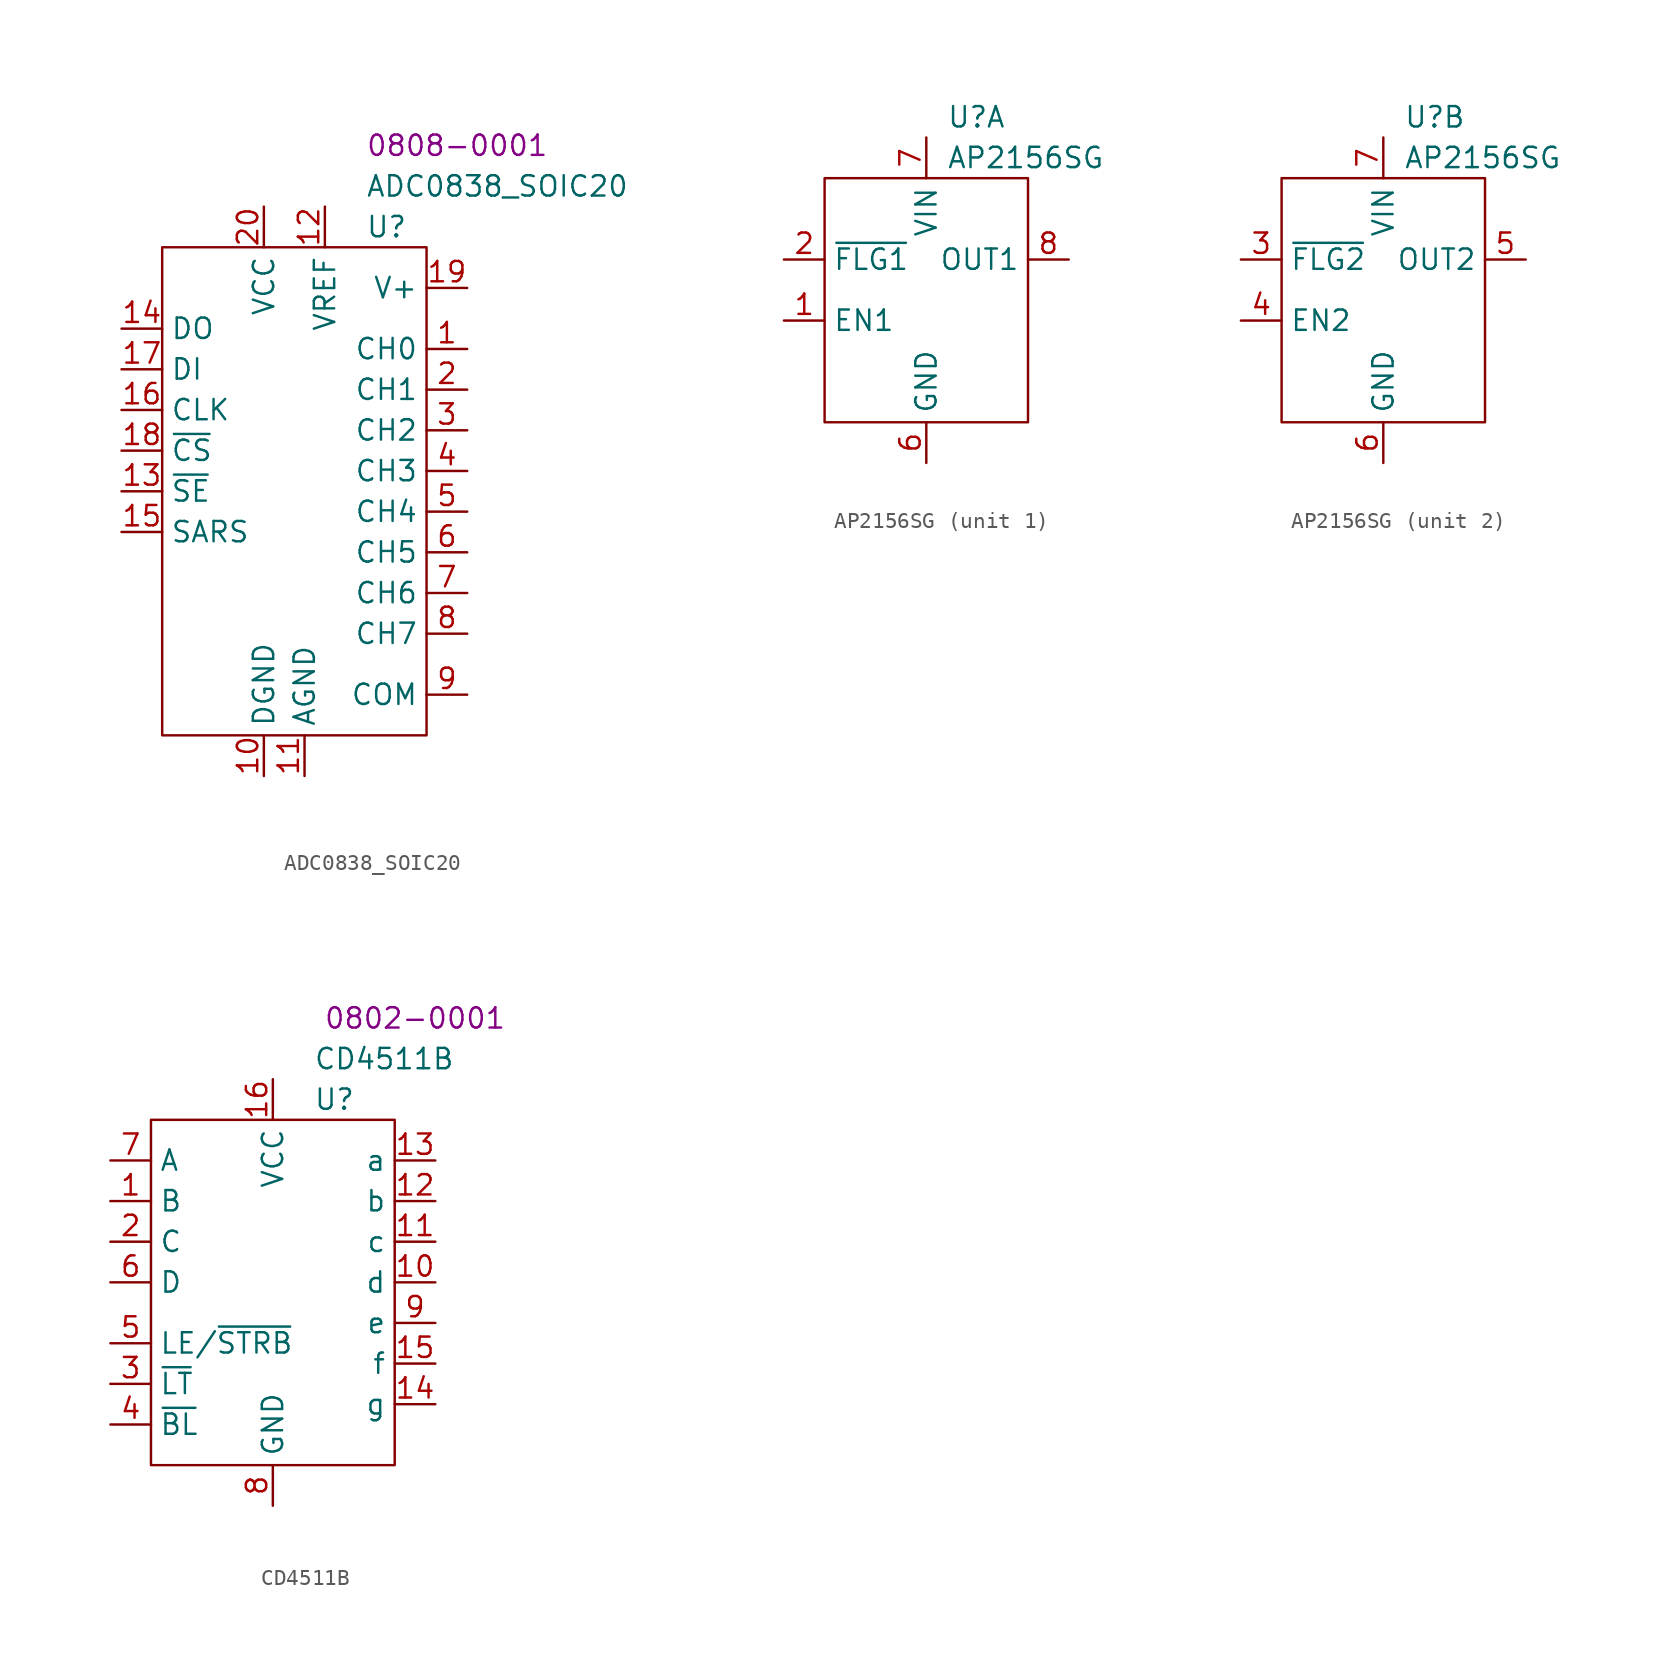
<source format=kicad_sym>
(kicad_symbol_lib
  (version 20220914)
  (generator kicad_symbol_editor)
  (symbol "ADC0838_SOIC20"
    (property "Reference" "U"
      (at 12.7 1.27 0)
      (effects (font (size 1.27 1.27)) (justify left)))
    (property "Value" "ADC0838_SOIC20"
      (at 12.7 3.81 0)
      (effects (font (size 1.27 1.27)) (justify left)))
    (property "PartNumber" "0808-0001"
      (at 12.7 6.35 0)
      (effects (font (size 1.27 1.27)) (justify left)))
    (symbol "ADC0838_SOIC20_0_0"
      (pin input line (at 19.05 -6.35 180) (length 2.54) (name "CH0" (effects (font (size 1.27 1.27)))) (number "1" (effects (font (size 1.27 1.27)))))
      (pin power_in line (at 6.35 -33.02 90) (length 2.54) (name "DGND" (effects (font (size 1.27 1.27)))) (number "10" (effects (font (size 1.27 1.27)))))
      (pin power_in line (at 8.89 -33.02 90) (length 2.54) (name "AGND" (effects (font (size 1.27 1.27)))) (number "11" (effects (font (size 1.27 1.27)))))
      (pin input line (at 10.16 2.54 270) (length 2.54) (name "VREF" (effects (font (size 1.27 1.27)))) (number "12" (effects (font (size 1.27 1.27)))))
      (pin input line (at -2.54 -15.24 0) (length 2.54) (name "~{SE}" (effects (font (size 1.27 1.27)))) (number "13" (effects (font (size 1.27 1.27)))))
      (pin output line (at -2.54 -5.08 0) (length 2.54) (name "DO" (effects (font (size 1.27 1.27)))) (number "14" (effects (font (size 1.27 1.27)))))
      (pin output line (at -2.54 -17.78 0) (length 2.54) (name "SARS" (effects (font (size 1.27 1.27)))) (number "15" (effects (font (size 1.27 1.27)))))
      (pin input line (at -2.54 -10.16 0) (length 2.54) (name "CLK" (effects (font (size 1.27 1.27)))) (number "16" (effects (font (size 1.27 1.27)))))
      (pin input line (at -2.54 -7.62 0) (length 2.54) (name "DI" (effects (font (size 1.27 1.27)))) (number "17" (effects (font (size 1.27 1.27)))))
      (pin input line (at -2.54 -12.7 0) (length 2.54) (name "~{CS}" (effects (font (size 1.27 1.27)))) (number "18" (effects (font (size 1.27 1.27)))))
      (pin power_out line (at 19.05 -2.54 180) (length 2.54) (name "V+" (effects (font (size 1.27 1.27)))) (number "19" (effects (font (size 1.27 1.27)))))
      (pin input line (at 19.05 -8.89 180) (length 2.54) (name "CH1" (effects (font (size 1.27 1.27)))) (number "2" (effects (font (size 1.27 1.27)))))
      (pin power_in line (at 6.35 2.54 270) (length 2.54) (name "VCC" (effects (font (size 1.27 1.27)))) (number "20" (effects (font (size 1.27 1.27)))))
      (pin input line (at 19.05 -11.43 180) (length 2.54) (name "CH2" (effects (font (size 1.27 1.27)))) (number "3" (effects (font (size 1.27 1.27)))))
      (pin input line (at 19.05 -13.97 180) (length 2.54) (name "CH3" (effects (font (size 1.27 1.27)))) (number "4" (effects (font (size 1.27 1.27)))))
      (pin input line (at 19.05 -16.51 180) (length 2.54) (name "CH4" (effects (font (size 1.27 1.27)))) (number "5" (effects (font (size 1.27 1.27)))))
      (pin input line (at 19.05 -19.05 180) (length 2.54) (name "CH5" (effects (font (size 1.27 1.27)))) (number "6" (effects (font (size 1.27 1.27)))))
      (pin input line (at 19.05 -21.59 180) (length 2.54) (name "CH6" (effects (font (size 1.27 1.27)))) (number "7" (effects (font (size 1.27 1.27)))))
      (pin input line (at 19.05 -24.13 180) (length 2.54) (name "CH7" (effects (font (size 1.27 1.27)))) (number "8" (effects (font (size 1.27 1.27)))))
      (pin input line (at 19.05 -27.94 180) (length 2.54) (name "COM" (effects (font (size 1.27 1.27)))) (number "9" (effects (font (size 1.27 1.27))))))
    (symbol "ADC0838_SOIC20_0_1"
      (rectangle (start 0 0) (end 16.51 -30.48) (stroke (width 0) (type default)) (fill (type none)))))
  (symbol "AP2156SG"
    (property "Reference" "U"
      (at 7.62 3.81 0)
      (effects (font (size 1.27 1.27)) (justify left)))
    (property "Value" "AP2156SG"
      (at 7.62 1.27 0)
      (effects (font (size 1.27 1.27)) (justify left)))
    (property "ki_locked" ""
      (at 0 0 0)
      (effects (font (size 1.27 1.27))))
    (symbol "AP2156SG_0_0"
      (pin power_in line (at 6.35 -17.78 90) (length 2.54) (name "GND" (effects (font (size 1.27 1.27)))) (number "6" (effects (font (size 1.27 1.27)))))
      (pin power_in line (at 6.35 2.54 270) (length 2.54) (name "VIN" (effects (font (size 1.27 1.27)))) (number "7" (effects (font (size 1.27 1.27))))))
    (symbol "AP2156SG_0_1"
      (rectangle (start 0 0) (end 12.7 -15.24) (stroke (width 0) (type default)) (fill (type none))))
    (symbol "AP2156SG_1_1"
      (pin input line (at -2.54 -8.89 0) (length 2.54) (name "EN1" (effects (font (size 1.27 1.27)))) (number "1" (effects (font (size 1.27 1.27)))))
      (pin output line (at -2.54 -5.08 0) (length 2.54) (name "~{FLG1}" (effects (font (size 1.27 1.27)))) (number "2" (effects (font (size 1.27 1.27)))))
      (pin power_out line (at 15.24 -5.08 180) (length 2.54) (name "OUT1" (effects (font (size 1.27 1.27)))) (number "8" (effects (font (size 1.27 1.27))))))
    (symbol "AP2156SG_2_1"
      (pin output line (at -2.54 -5.08 0) (length 2.54) (name "~{FLG2}" (effects (font (size 1.27 1.27)))) (number "3" (effects (font (size 1.27 1.27)))))
      (pin input line (at -2.54 -8.89 0) (length 2.54) (name "EN2" (effects (font (size 1.27 1.27)))) (number "4" (effects (font (size 1.27 1.27)))))
      (pin power_out line (at 15.24 -5.08 180) (length 2.54) (name "OUT2" (effects (font (size 1.27 1.27)))) (number "5" (effects (font (size 1.27 1.27)))))))
  (symbol "CD4511B"
    (property "Reference" "U"
      (at 10.16 1.27 0)
      (effects (font (size 1.27 1.27)) (justify left)))
    (property "Value" "CD4511B"
      (at 10.16 3.81 0)
      (effects (font (size 1.27 1.27)) (justify left)))
    (property "PartNumber" "0802-0001"
      (at 16.51 6.35 0)
      (effects (font (size 1.27 1.27))))
    (symbol "CD4511B_0_0"
      (pin unspecified line (at -2.54 -5.08 0) (length 2.54) (name "B" (effects (font (size 1.27 1.27)))) (number "1" (effects (font (size 1.27 1.27)))))
      (pin unspecified line (at 17.78 -10.16 180) (length 2.54) (name "d" (effects (font (size 1.27 1.27)))) (number "10" (effects (font (size 1.27 1.27)))))
      (pin unspecified line (at 17.78 -7.62 180) (length 2.54) (name "c" (effects (font (size 1.27 1.27)))) (number "11" (effects (font (size 1.27 1.27)))))
      (pin unspecified line (at 17.78 -5.08 180) (length 2.54) (name "b" (effects (font (size 1.27 1.27)))) (number "12" (effects (font (size 1.27 1.27)))))
      (pin unspecified line (at 17.78 -2.54 180) (length 2.54) (name "a" (effects (font (size 1.27 1.27)))) (number "13" (effects (font (size 1.27 1.27)))))
      (pin unspecified line (at 17.78 -17.78 180) (length 2.54) (name "g" (effects (font (size 1.27 1.27)))) (number "14" (effects (font (size 1.27 1.27)))))
      (pin unspecified line (at 17.78 -15.24 180) (length 2.54) (name "f" (effects (font (size 1.27 1.27)))) (number "15" (effects (font (size 1.27 1.27)))))
      (pin unspecified line (at 7.62 2.54 270) (length 2.54) (name "VCC" (effects (font (size 1.27 1.27)))) (number "16" (effects (font (size 1.27 1.27)))))
      (pin unspecified line (at -2.54 -7.62 0) (length 2.54) (name "C" (effects (font (size 1.27 1.27)))) (number "2" (effects (font (size 1.27 1.27)))))
      (pin unspecified line (at -2.54 -16.51 0) (length 2.54) (name "~{LT}" (effects (font (size 1.27 1.27)))) (number "3" (effects (font (size 1.27 1.27)))))
      (pin unspecified line (at -2.54 -19.05 0) (length 2.54) (name "~{BL}" (effects (font (size 1.27 1.27)))) (number "4" (effects (font (size 1.27 1.27)))))
      (pin unspecified line (at -2.54 -13.97 0) (length 2.54) (name "LE/~{STRB}" (effects (font (size 1.27 1.27)))) (number "5" (effects (font (size 1.27 1.27)))))
      (pin unspecified line (at -2.54 -10.16 0) (length 2.54) (name "D" (effects (font (size 1.27 1.27)))) (number "6" (effects (font (size 1.27 1.27)))))
      (pin unspecified line (at -2.54 -2.54 0) (length 2.54) (name "A" (effects (font (size 1.27 1.27)))) (number "7" (effects (font (size 1.27 1.27)))))
      (pin unspecified line (at 7.62 -24.13 90) (length 2.54) (name "GND" (effects (font (size 1.27 1.27)))) (number "8" (effects (font (size 1.27 1.27)))))
      (pin unspecified line (at 17.78 -12.7 180) (length 2.54) (name "e" (effects (font (size 1.27 1.27)))) (number "9" (effects (font (size 1.27 1.27))))))
    (symbol "CD4511B_0_1"
      (rectangle (start 0 0) (end 15.24 -21.59) (stroke (width 0) (type default)) (fill (type none))))))
</source>
